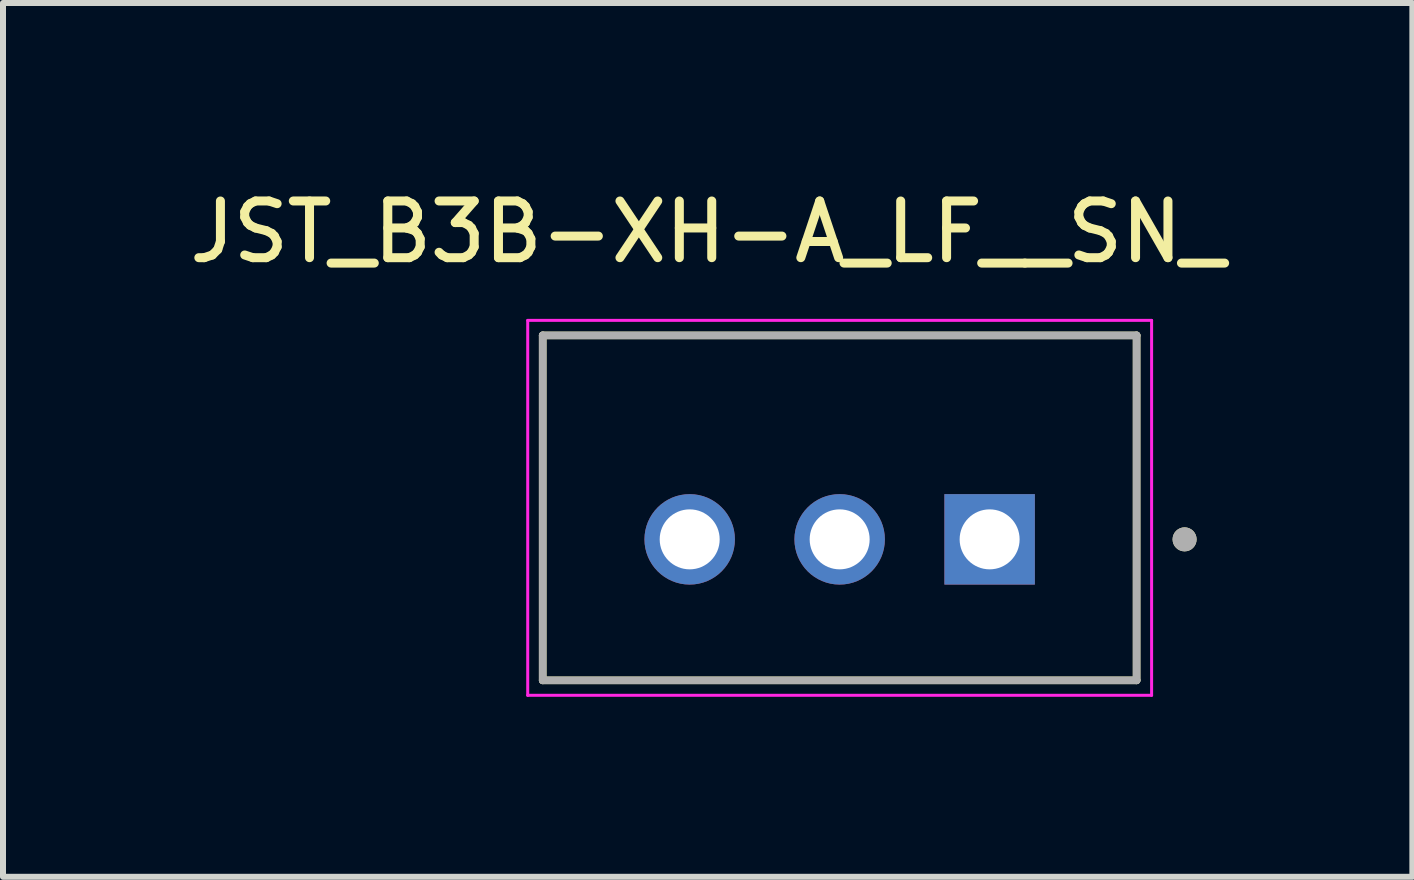
<source format=kicad_pcb>
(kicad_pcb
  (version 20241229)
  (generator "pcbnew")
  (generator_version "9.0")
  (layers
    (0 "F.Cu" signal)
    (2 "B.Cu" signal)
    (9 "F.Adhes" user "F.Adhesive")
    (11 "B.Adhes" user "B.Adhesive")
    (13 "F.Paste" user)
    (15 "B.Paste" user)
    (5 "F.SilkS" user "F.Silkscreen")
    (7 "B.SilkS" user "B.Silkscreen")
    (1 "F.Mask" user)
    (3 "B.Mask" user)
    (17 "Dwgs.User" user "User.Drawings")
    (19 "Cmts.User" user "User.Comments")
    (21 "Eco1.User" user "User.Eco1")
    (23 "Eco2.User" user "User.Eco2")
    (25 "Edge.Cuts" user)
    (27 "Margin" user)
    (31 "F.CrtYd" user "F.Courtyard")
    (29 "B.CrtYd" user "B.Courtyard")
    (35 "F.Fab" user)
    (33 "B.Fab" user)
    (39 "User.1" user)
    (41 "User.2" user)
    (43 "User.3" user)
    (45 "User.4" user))
  (footprint "JST_B3B-XH-A_LF__SN_"
    (layer "F.Cu")
    (at 10.947 5.416)
    (property "Reference" "JST_B3B-XH-A_LF__SN_" (at -2.2 -4.6 0) (layer "F.SilkS") (effects (font (size 0.945 0.945) (thickness 0.15))))
    (attr through_hole)
    (fp_line (start -4.95 -2.875) (end 4.95 -2.875) (stroke (width 0.127) (type solid)) (layer "F.SilkS"))
    (fp_line (start -4.95 2.875) (end -4.95 -2.875) (stroke (width 0.127) (type solid)) (layer "F.SilkS"))
    (fp_line (start 4.95 -2.875) (end 4.95 2.875) (stroke (width 0.127) (type solid)) (layer "F.SilkS"))
    (fp_line (start 4.95 2.875) (end -4.95 2.875) (stroke (width 0.127) (type solid)) (layer "F.SilkS"))
    (fp_circle (center 5.75 0.525) (end 5.85 0.525) (stroke (width 0.2) (type solid)) (fill no) (layer "F.SilkS"))
    (fp_line (start -5.2 -3.125) (end 5.2 -3.125) (stroke (width 0.05) (type solid)) (layer "F.CrtYd"))
    (fp_line (start -5.2 3.125) (end -5.2 -3.125) (stroke (width 0.05) (type solid)) (layer "F.CrtYd"))
    (fp_line (start 5.2 -3.125) (end 5.2 3.125) (stroke (width 0.05) (type solid)) (layer "F.CrtYd"))
    (fp_line (start 5.2 3.125) (end -5.2 3.125) (stroke (width 0.05) (type solid)) (layer "F.CrtYd"))
    (fp_line (start -4.95 -2.875) (end 4.95 -2.875) (stroke (width 0.127) (type solid)) (layer "F.Fab"))
    (fp_line (start -4.95 2.875) (end -4.95 -2.875) (stroke (width 0.127) (type solid)) (layer "F.Fab"))
    (fp_line (start 4.95 -2.875) (end 4.95 2.875) (stroke (width 0.127) (type solid)) (layer "F.Fab"))
    (fp_line (start 4.95 2.875) (end -4.95 2.875) (stroke (width 0.127) (type solid)) (layer "F.Fab"))
    (fp_circle (center 5.75 0.525) (end 5.85 0.525) (stroke (width 0.2) (type solid)) (fill no) (layer "F.Fab"))
    (pad "1" thru_hole rect (at 2.5 0.525) (size 1.508 1.508) (drill 1) (layers "*.Cu" "*.Mask"))
    (pad "2" thru_hole circle (at 0 0.525) (size 1.508 1.508) (drill 1) (layers "*.Cu" "*.Mask"))
    (pad "3" thru_hole circle (at -2.5 0.525) (size 1.508 1.508) (drill 1) (layers "*.Cu" "*.Mask")))
  (gr_rect
    (start -3 -3)
    (end 20.494 11.566)
    (stroke (width 0.1) (type default))
    (fill no)
    (layer "Edge.Cuts")))
</source>
